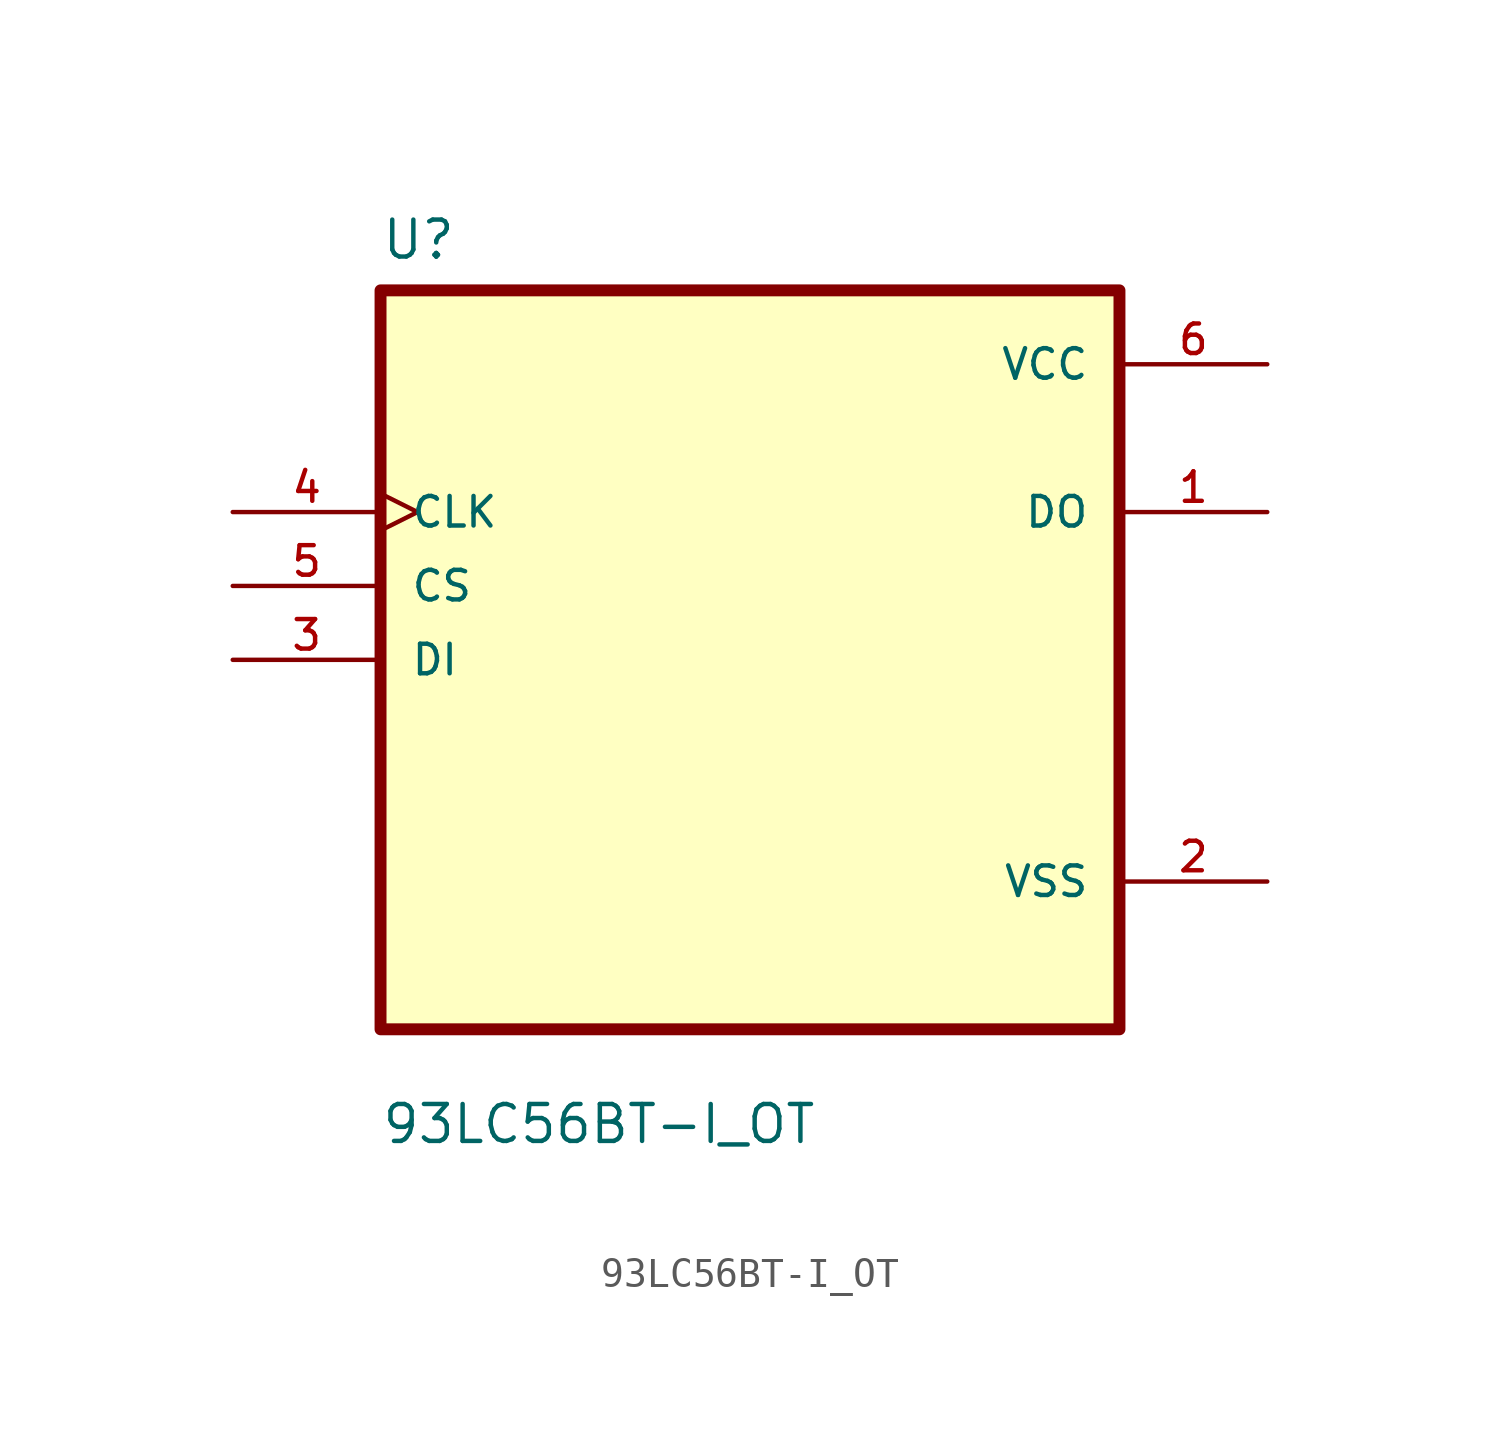
<source format=kicad_sym>
(kicad_symbol_lib
  (version 20220914)
  (generator kicad_symbol_editor)
  (symbol "93LC56BT-I_OT"
    (pin_names
      (offset 1.016))
    (property "Reference" "U"
      (at -12.7 13.7 0)
      (effects (font (size 1.27 1.27)) (justify left bottom)))
    (property "Value" "93LC56BT-I_OT"
      (at -12.7 -16.7 0)
      (effects (font (size 1.27 1.27)) (justify left bottom)))
    (symbol "93LC56BT-I_OT_0_0"
      (rectangle (start -12.7 -12.7) (end 12.7 12.7) (stroke (width 0.41) (type default)) (fill (type background)))
      (pin output line (at 17.78 5.08 180) (length 5.08) (name "DO" (effects (font (size 1.016 1.016)))) (number "1" (effects (font (size 1.016 1.016)))))
      (pin power_in line (at 17.78 -7.62 180) (length 5.08) (name "VSS" (effects (font (size 1.016 1.016)))) (number "2" (effects (font (size 1.016 1.016)))))
      (pin input line (at -17.78 0 0) (length 5.08) (name "DI" (effects (font (size 1.016 1.016)))) (number "3" (effects (font (size 1.016 1.016)))))
      (pin input clock (at -17.78 5.08 0) (length 5.08) (name "CLK" (effects (font (size 1.016 1.016)))) (number "4" (effects (font (size 1.016 1.016)))))
      (pin input line (at -17.78 2.54 0) (length 5.08) (name "CS" (effects (font (size 1.016 1.016)))) (number "5" (effects (font (size 1.016 1.016)))))
      (pin power_in line (at 17.78 10.16 180) (length 5.08) (name "VCC" (effects (font (size 1.016 1.016)))) (number "6" (effects (font (size 1.016 1.016))))))))
</source>
